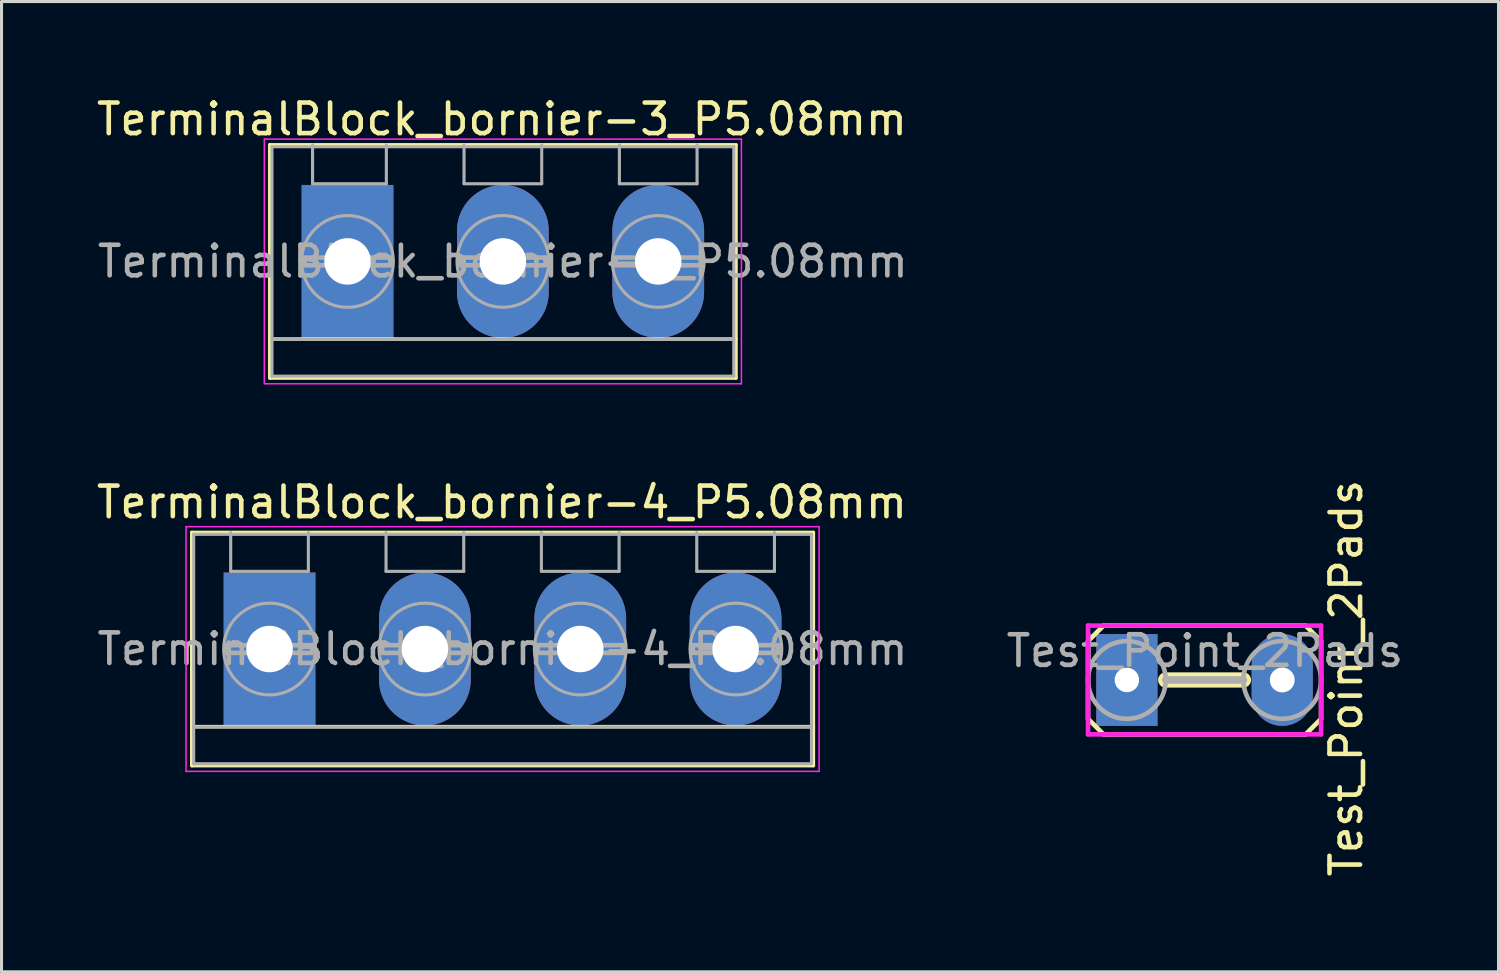
<source format=kicad_pcb>
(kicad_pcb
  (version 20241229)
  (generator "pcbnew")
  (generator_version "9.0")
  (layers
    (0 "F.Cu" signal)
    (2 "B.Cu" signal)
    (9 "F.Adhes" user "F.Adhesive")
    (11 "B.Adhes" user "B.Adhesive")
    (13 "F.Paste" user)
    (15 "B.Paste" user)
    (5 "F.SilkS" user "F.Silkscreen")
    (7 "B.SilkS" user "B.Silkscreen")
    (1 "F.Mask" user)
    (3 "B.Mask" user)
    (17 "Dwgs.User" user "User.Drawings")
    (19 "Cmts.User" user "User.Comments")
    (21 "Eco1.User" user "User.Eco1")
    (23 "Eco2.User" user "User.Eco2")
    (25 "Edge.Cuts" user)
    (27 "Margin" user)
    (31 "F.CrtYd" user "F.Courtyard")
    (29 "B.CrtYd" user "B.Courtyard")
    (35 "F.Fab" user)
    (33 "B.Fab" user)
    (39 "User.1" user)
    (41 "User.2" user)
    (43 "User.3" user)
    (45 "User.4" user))
  (footprint "TerminalBlock_bornier-3_P5.08mm"
    (layer "F.Cu")
    (at 13.393 5.498)
    (property "Reference" "TerminalBlock_bornier-3_P5.08mm" (at -0.03 -4.65 0) (layer "F.SilkS") (effects (font (size 1 1) (thickness 0.15))))
    (attr through_hole)
    (fp_line (start -7.62 -3.81) (end 7.62 -3.81) (stroke (width 0.12) (type solid)) (layer "F.SilkS"))
    (fp_line (start -7.62 2.54) (end 7.62 2.54) (stroke (width 0.12) (type solid)) (layer "F.SilkS"))
    (fp_line (start -7.62 3.81) (end -7.62 -3.81) (stroke (width 0.12) (type solid)) (layer "F.SilkS"))
    (fp_line (start -7.62 3.81) (end 7.62 3.81) (stroke (width 0.12) (type solid)) (layer "F.SilkS"))
    (fp_line (start 7.62 3.81) (end 7.62 -3.81) (stroke (width 0.12) (type solid)) (layer "F.SilkS"))
    (fp_line (start -7.8 -4) (end -7.8 4) (stroke (width 0.05) (type solid)) (layer "F.CrtYd"))
    (fp_line (start -7.8 -4) (end 7.8 -4) (stroke (width 0.05) (type solid)) (layer "F.CrtYd"))
    (fp_line (start 7.8 4) (end -7.8 4) (stroke (width 0.05) (type solid)) (layer "F.CrtYd"))
    (fp_line (start 7.8 4) (end 7.8 -4) (stroke (width 0.05) (type solid)) (layer "F.CrtYd"))
    (fp_line (start -7.55 -3.75) (end 7.55 -3.75) (stroke (width 0.1) (type solid)) (layer "F.Fab"))
    (fp_line (start -7.55 2.55) (end 7.55 2.55) (stroke (width 0.1) (type solid)) (layer "F.Fab"))
    (fp_line (start -7.55 3.75) (end -7.55 -3.75) (stroke (width 0.1) (type solid)) (layer "F.Fab"))
    (fp_line (start -6.223 -3.81) (end -6.223 -2.54) (stroke (width 0.102) (type solid)) (layer "F.Fab"))
    (fp_line (start -6.223 -2.54) (end -3.81 -2.54) (stroke (width 0.102) (type solid)) (layer "F.Fab"))
    (fp_line (start -3.81 -2.54) (end -3.81 -3.81) (stroke (width 0.102) (type solid)) (layer "F.Fab"))
    (fp_line (start -1.27 -3.81) (end -1.27 -2.54) (stroke (width 0.102) (type solid)) (layer "F.Fab"))
    (fp_line (start -1.27 -2.54) (end 1.27 -2.54) (stroke (width 0.102) (type solid)) (layer "F.Fab"))
    (fp_line (start 1.27 -2.54) (end 1.27 -3.81) (stroke (width 0.102) (type solid)) (layer "F.Fab"))
    (fp_line (start 3.81 -3.81) (end 3.81 -2.54) (stroke (width 0.102) (type solid)) (layer "F.Fab"))
    (fp_line (start 3.81 -2.54) (end 6.35 -2.54) (stroke (width 0.102) (type solid)) (layer "F.Fab"))
    (fp_line (start 6.35 -2.54) (end 6.35 -3.81) (stroke (width 0.102) (type solid)) (layer "F.Fab"))
    (fp_line (start 7.55 -3.75) (end 7.55 3.75) (stroke (width 0.1) (type solid)) (layer "F.Fab"))
    (fp_line (start 7.55 3.75) (end -7.55 3.75) (stroke (width 0.1) (type solid)) (layer "F.Fab"))
    (fp_circle (center -5.08 0) (end -3.58 0) (stroke (width 0.102) (type solid)) (fill no) (layer "F.Fab"))
    (fp_circle (center 0 0) (end 1.5 0) (stroke (width 0.102) (type solid)) (fill no) (layer "F.Fab"))
    (fp_circle (center 5.08 0) (end 6.58 0) (stroke (width 0.102) (type solid)) (fill no) (layer "F.Fab"))
    (fp_poly (pts (xy -6.477 0.127) (xy -6.477 -0.127) (xy -3.683 -0.127) (xy -3.683 0.127)) (stroke (width 0.15) (type solid)) (fill no) (layer "F.Fab"))
    (fp_poly (pts (xy -1.397 0.127) (xy -1.397 -0.127) (xy 1.397 -0.127) (xy 1.397 0.127)) (stroke (width 0.15) (type solid)) (fill no) (layer "F.Fab"))
    (fp_poly (pts (xy 3.683 0.127) (xy 3.683 -0.127) (xy 6.477 -0.127) (xy 6.477 0.127)) (stroke (width 0.15) (type solid)) (fill no) (layer "F.Fab"))
    (fp_text user "${REFERENCE}" (at 0 0 0) (layer "F.Fab") (effects (font (size 1 1) (thickness 0.15))))
    (pad "1" thru_hole rect (at -5.08 0) (size 3 5) (drill 1.52) (layers "*.Cu" "*.Mask"))
    (pad "2" thru_hole oval (at 0 0) (size 3 5) (drill 1.52) (layers "*.Cu" "*.Mask"))
    (pad "3" thru_hole oval (at 5.08 0) (size 3 5) (drill 1.52) (layers "*.Cu" "*.Mask")))
  (footprint "Test_Point_2Pads"
    (layer "F.Cu")
    (at 33.797 19.184)
    (property "Reference" "Test_Point_2Pads" (at 7.17 -0.06 90) (layer "F.SilkS") (effects (font (size 1 1) (thickness 0.15))))
    (attr exclude_from_pos_files exclude_from_bom)
    (fp_line (start -1.27 -1.27) (end -1.27 1.27) (stroke (width 0.15) (type solid)) (layer "F.SilkS"))
    (fp_line (start -1.27 -1.27) (end -0.77 -1.77) (stroke (width 0.15) (type solid)) (layer "F.SilkS"))
    (fp_line (start -0.77 1.77) (end -1.27 1.27) (stroke (width 0.15) (type solid)) (layer "F.SilkS"))
    (fp_line (start 1.27 0) (end 3.81 0) (stroke (width 0.5) (type solid)) (layer "F.SilkS"))
    (fp_line (start 5.842 -1.778) (end -0.762 -1.778) (stroke (width 0.15) (type solid)) (layer "F.SilkS"))
    (fp_line (start 5.842 1.778) (end -0.762 1.778) (stroke (width 0.15) (type solid)) (layer "F.SilkS"))
    (fp_line (start 5.85 -1.77) (end 6.35 -1.27) (stroke (width 0.15) (type solid)) (layer "F.SilkS"))
    (fp_line (start 6.35 -1.27) (end 6.35 1.27) (stroke (width 0.15) (type solid)) (layer "F.SilkS"))
    (fp_line (start 6.35 1.27) (end 5.85 1.77) (stroke (width 0.15) (type solid)) (layer "F.SilkS"))
    (fp_line (start -1.27 -1.778) (end 6.35 -1.778) (stroke (width 0.15) (type solid)) (layer "F.CrtYd"))
    (fp_line (start -1.27 1.778) (end -1.27 -1.778) (stroke (width 0.15) (type solid)) (layer "F.CrtYd"))
    (fp_line (start -1.27 1.778) (end 6.35 1.778) (stroke (width 0.15) (type solid)) (layer "F.CrtYd"))
    (fp_line (start 6.35 -1.778) (end 6.35 1.524) (stroke (width 0.15) (type solid)) (layer "F.CrtYd"))
    (fp_line (start 6.35 1.778) (end 6.35 1.524) (stroke (width 0.15) (type solid)) (layer "F.CrtYd"))
    (fp_line (start 1.27 0) (end 3.81 0) (stroke (width 0.25) (type solid)) (layer "F.Fab"))
    (fp_circle (center 0 0) (end 0.762 -1.016) (stroke (width 0.15) (type solid)) (fill no) (layer "F.Fab"))
    (fp_circle (center 5.08 0) (end 6.35 0) (stroke (width 0.15) (type solid)) (fill no) (layer "F.Fab"))
    (fp_text user "${REFERENCE}" (at 2.55 -0.95 0) (layer "F.Fab") (effects (font (size 1 1) (thickness 0.15))))
    (pad "1" thru_hole rect (at 0 0) (size 2 3) (drill 0.8) (layers "*.Cu" "*.Mask"))
    (pad "2" thru_hole oval (at 5.08 0) (size 2 3) (drill 0.813) (layers "*.Cu" "*.Mask")))
  (footprint "TerminalBlock_bornier-4_P5.08mm"
    (layer "F.Cu")
    (at 13.383 18.172)
    (property "Reference" "TerminalBlock_bornier-4_P5.08mm" (at -0.02 -4.8 0) (layer "F.SilkS") (effects (font (size 1 1) (thickness 0.15))))
    (attr through_hole)
    (fp_line (start -10.16 -3.81) (end -10.16 3.81) (stroke (width 0.12) (type solid)) (layer "F.SilkS"))
    (fp_line (start -10.16 -3.81) (end 10.16 -3.81) (stroke (width 0.12) (type solid)) (layer "F.SilkS"))
    (fp_line (start -10.16 3.81) (end 10.16 3.81) (stroke (width 0.12) (type solid)) (layer "F.SilkS"))
    (fp_line (start 10.16 2.54) (end -10.16 2.54) (stroke (width 0.12) (type solid)) (layer "F.SilkS"))
    (fp_line (start 10.16 3.81) (end 10.16 -3.81) (stroke (width 0.12) (type solid)) (layer "F.SilkS"))
    (fp_line (start -10.35 -4) (end -10.35 4) (stroke (width 0.05) (type solid)) (layer "F.CrtYd"))
    (fp_line (start -10.35 -4) (end 10.35 -4) (stroke (width 0.05) (type solid)) (layer "F.CrtYd"))
    (fp_line (start 10.35 4) (end -10.35 4) (stroke (width 0.05) (type solid)) (layer "F.CrtYd"))
    (fp_line (start 10.35 4) (end 10.35 -4) (stroke (width 0.05) (type solid)) (layer "F.CrtYd"))
    (fp_line (start -10.1 -3.75) (end 10.1 -3.75) (stroke (width 0.1) (type solid)) (layer "F.Fab"))
    (fp_line (start -10.1 2.55) (end 10.1 2.55) (stroke (width 0.1) (type solid)) (layer "F.Fab"))
    (fp_line (start -10.1 3.75) (end -10.1 -3.75) (stroke (width 0.1) (type solid)) (layer "F.Fab"))
    (fp_line (start -10.05 3.75) (end -10.1 3.75) (stroke (width 0.1) (type solid)) (layer "F.Fab"))
    (fp_line (start -8.89 -3.81) (end -8.89 -2.54) (stroke (width 0.102) (type solid)) (layer "F.Fab"))
    (fp_line (start -8.89 -2.54) (end -6.35 -2.54) (stroke (width 0.102) (type solid)) (layer "F.Fab"))
    (fp_line (start -6.35 -2.54) (end -6.35 -3.81) (stroke (width 0.102) (type solid)) (layer "F.Fab"))
    (fp_line (start -3.81 -3.81) (end -3.81 -2.54) (stroke (width 0.102) (type solid)) (layer "F.Fab"))
    (fp_line (start -3.81 -2.54) (end -1.27 -2.54) (stroke (width 0.102) (type solid)) (layer "F.Fab"))
    (fp_line (start -1.27 -2.54) (end -1.27 -3.81) (stroke (width 0.102) (type solid)) (layer "F.Fab"))
    (fp_line (start 1.27 -3.81) (end 1.27 -2.54) (stroke (width 0.102) (type solid)) (layer "F.Fab"))
    (fp_line (start 1.27 -2.54) (end 3.81 -2.54) (stroke (width 0.102) (type solid)) (layer "F.Fab"))
    (fp_line (start 3.81 -2.54) (end 3.81 -3.81) (stroke (width 0.102) (type solid)) (layer "F.Fab"))
    (fp_line (start 6.35 -3.81) (end 6.35 -2.54) (stroke (width 0.102) (type solid)) (layer "F.Fab"))
    (fp_line (start 6.35 -2.54) (end 8.89 -2.54) (stroke (width 0.102) (type solid)) (layer "F.Fab"))
    (fp_line (start 8.89 -2.54) (end 8.89 -3.81) (stroke (width 0.102) (type solid)) (layer "F.Fab"))
    (fp_line (start 10.1 -3.75) (end 10.1 3.75) (stroke (width 0.1) (type solid)) (layer "F.Fab"))
    (fp_line (start 10.1 3.75) (end -10.05 3.75) (stroke (width 0.1) (type solid)) (layer "F.Fab"))
    (fp_circle (center -7.62 0) (end -6.12 0) (stroke (width 0.102) (type solid)) (fill no) (layer "F.Fab"))
    (fp_circle (center -2.54 0) (end -1.04 0) (stroke (width 0.102) (type solid)) (fill no) (layer "F.Fab"))
    (fp_circle (center 2.54 0) (end 4.04 0) (stroke (width 0.102) (type solid)) (fill no) (layer "F.Fab"))
    (fp_circle (center 7.63 0) (end 9.13 0) (stroke (width 0.102) (type solid)) (fill no) (layer "F.Fab"))
    (fp_poly (pts (xy -9.017 0.127) (xy -9.017 -0.127) (xy -6.223 -0.127) (xy -6.223 0.127)) (stroke (width 0.15) (type solid)) (fill no) (layer "F.Fab"))
    (fp_poly (pts (xy -3.937 0.127) (xy -1.143 0.127) (xy -1.143 -0.127) (xy -3.937 -0.127)) (stroke (width 0.15) (type solid)) (fill no) (layer "F.Fab"))
    (fp_poly (pts (xy 1.143 0.127) (xy 3.937 0.127) (xy 3.937 -0.127) (xy 1.143 -0.127)) (stroke (width 0.15) (type solid)) (fill no) (layer "F.Fab"))
    (fp_poly (pts (xy 6.223 0.127) (xy 9.017 0.127) (xy 9.017 -0.127) (xy 6.223 -0.127)) (stroke (width 0.15) (type solid)) (fill no) (layer "F.Fab"))
    (fp_text user "${REFERENCE}" (at 0 0 0) (layer "F.Fab") (effects (font (size 1 1) (thickness 0.15))))
    (pad "1" thru_hole rect (at -7.62 0) (size 3 5) (drill 1.52) (layers "*.Cu" "*.Mask"))
    (pad "2" thru_hole oval (at -2.54 0) (size 3 5) (drill 1.52) (layers "*.Cu" "*.Mask"))
    (pad "3" thru_hole oval (at 2.54 0) (size 3 5) (drill 1.52) (layers "*.Cu" "*.Mask"))
    (pad "4" thru_hole oval (at 7.62 0) (size 3 5) (drill 1.52) (layers "*.Cu" "*.Mask")))
  (gr_rect
    (start -3 -3)
    (end 45.949 28.726)
    (stroke (width 0.1) (type default))
    (fill no)
    (layer "Edge.Cuts")))
</source>
